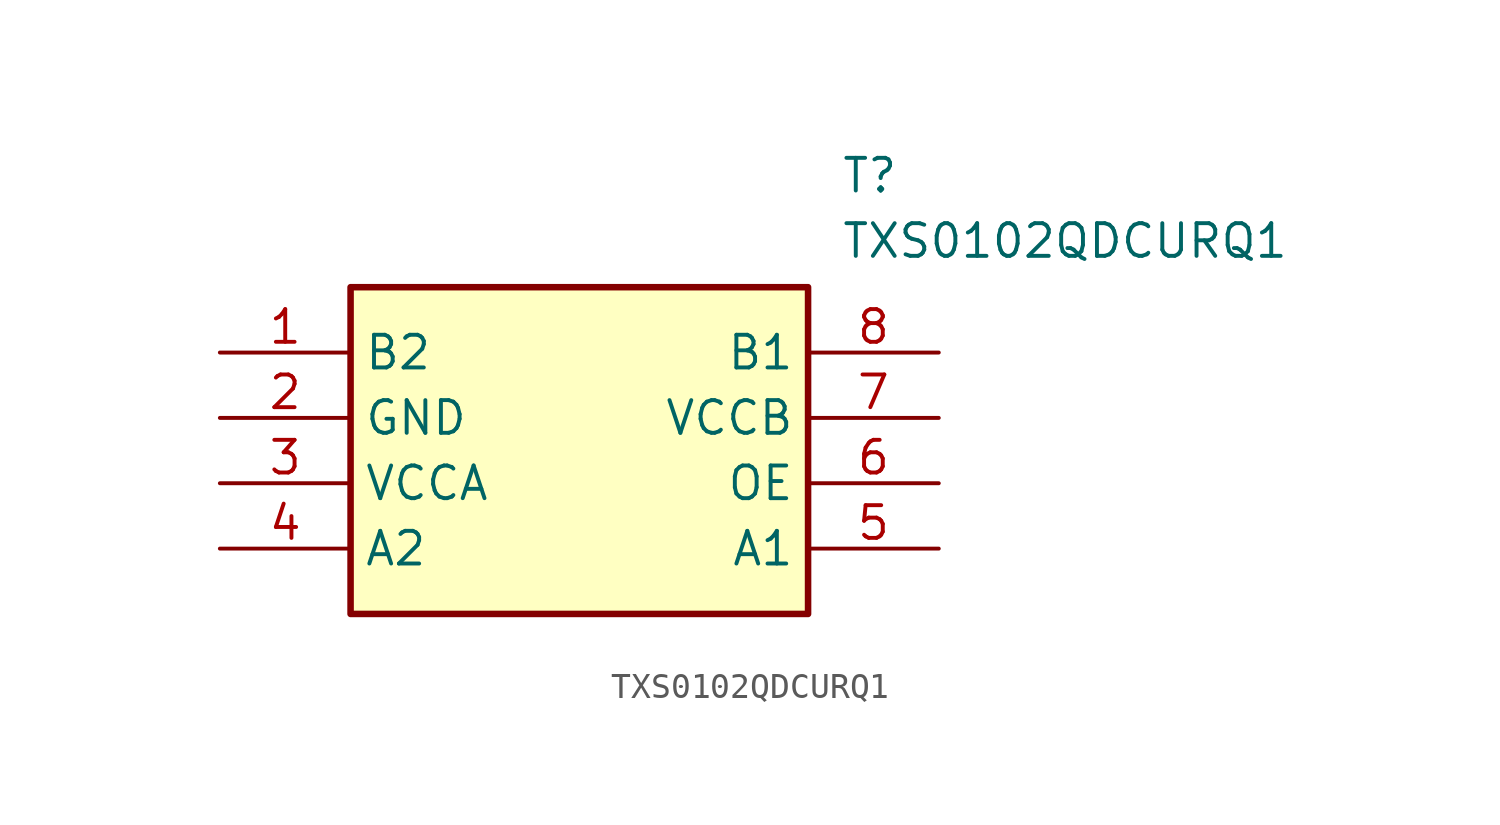
<source format=kicad_sym>
(kicad_symbol_lib
  (version 20211014)
  (generator SamacSys_ECAD_Model)
  (symbol "TXS0102QDCURQ1"
    (property "Reference" "T"
      (at 24.13 7.62 0)
      (effects (font (size 1.27 1.27)) (justify left top)))
    (property "Value" "TXS0102QDCURQ1"
      (at 24.13 5.08 0)
      (effects (font (size 1.27 1.27)) (justify left top)))
    (rectangle
      (start 5.08 2.54)
      (end 22.86 -10.16)
      (stroke (width 0.254) (type default))
      (fill (type background)))
    (pin bidirectional line
      (at 0 0 0)
      (length 5.08)
      (name "B2" (effects (font (size 1.27 1.27))))
      (number "1" (effects (font (size 1.27 1.27)))))
    (pin power_in line
      (at 0 -2.54 0)
      (length 5.08)
      (name "GND" (effects (font (size 1.27 1.27))))
      (number "2" (effects (font (size 1.27 1.27)))))
    (pin power_in line
      (at 0 -5.08 0)
      (length 5.08)
      (name "VCCA" (effects (font (size 1.27 1.27))))
      (number "3" (effects (font (size 1.27 1.27)))))
    (pin bidirectional line
      (at 0 -7.62 0)
      (length 5.08)
      (name "A2" (effects (font (size 1.27 1.27))))
      (number "4" (effects (font (size 1.27 1.27)))))
    (pin bidirectional line
      (at 27.94 0 180)
      (length 5.08)
      (name "B1" (effects (font (size 1.27 1.27))))
      (number "8" (effects (font (size 1.27 1.27)))))
    (pin power_in line
      (at 27.94 -2.54 180)
      (length 5.08)
      (name "VCCB" (effects (font (size 1.27 1.27))))
      (number "7" (effects (font (size 1.27 1.27)))))
    (pin input line
      (at 27.94 -5.08 180)
      (length 5.08)
      (name "OE" (effects (font (size 1.27 1.27))))
      (number "6" (effects (font (size 1.27 1.27)))))
    (pin bidirectional line
      (at 27.94 -7.62 180)
      (length 5.08)
      (name "A1" (effects (font (size 1.27 1.27))))
      (number "5" (effects (font (size 1.27 1.27)))))))
</source>
